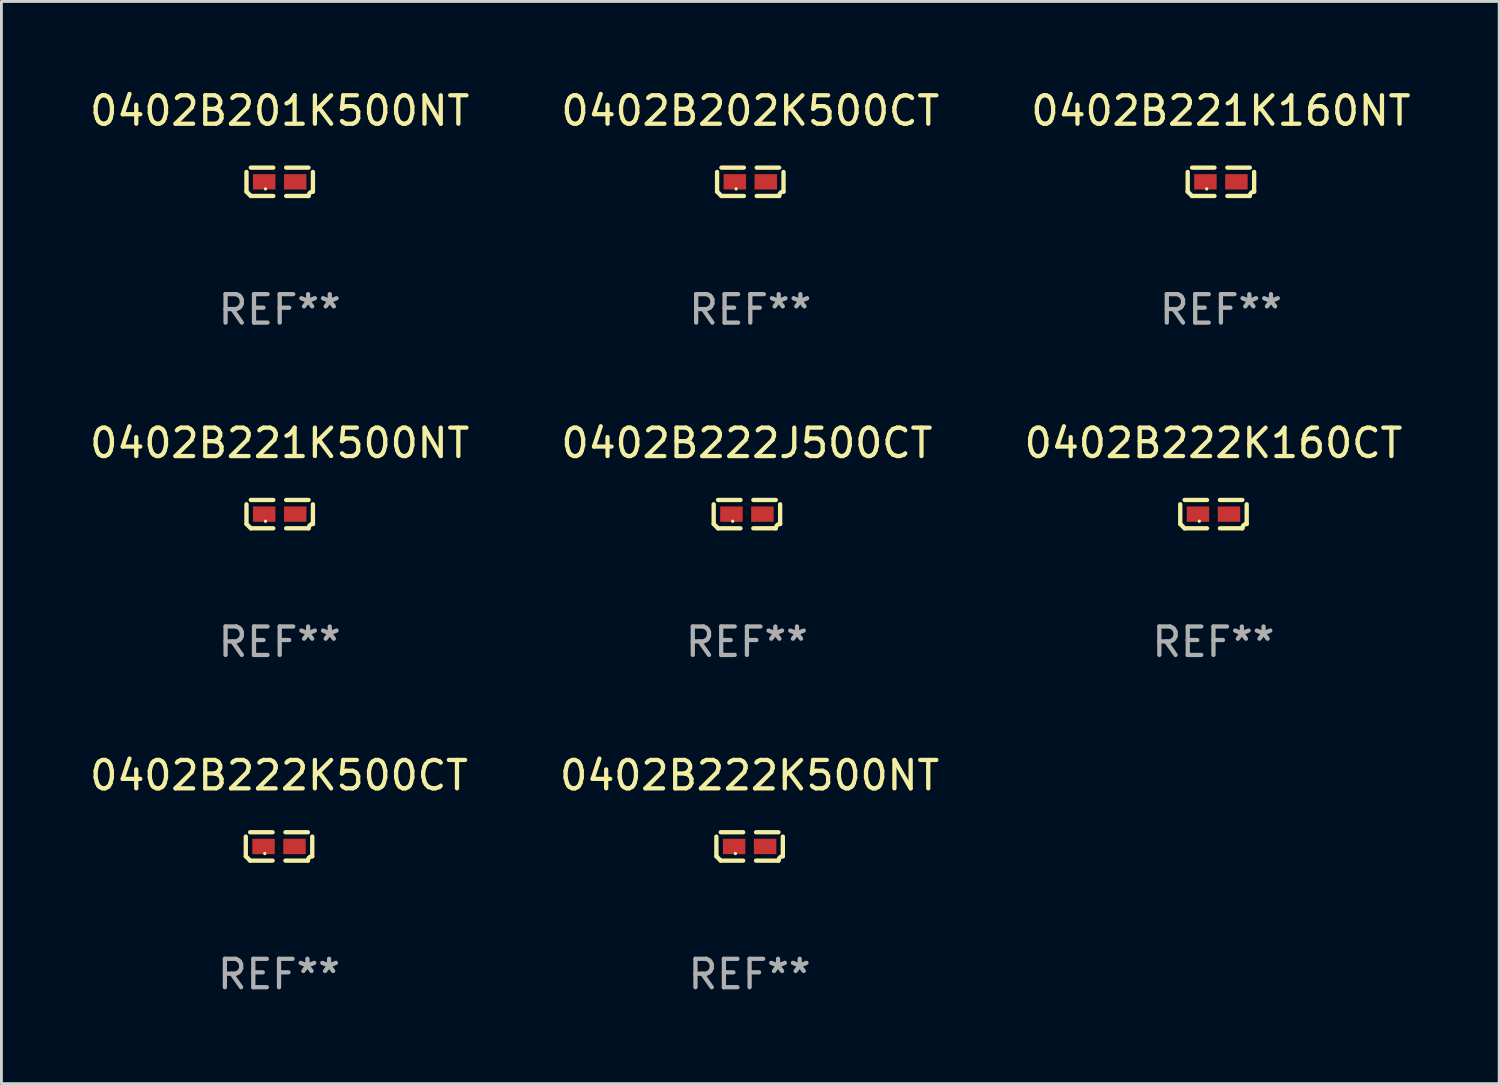
<source format=kicad_pcb>
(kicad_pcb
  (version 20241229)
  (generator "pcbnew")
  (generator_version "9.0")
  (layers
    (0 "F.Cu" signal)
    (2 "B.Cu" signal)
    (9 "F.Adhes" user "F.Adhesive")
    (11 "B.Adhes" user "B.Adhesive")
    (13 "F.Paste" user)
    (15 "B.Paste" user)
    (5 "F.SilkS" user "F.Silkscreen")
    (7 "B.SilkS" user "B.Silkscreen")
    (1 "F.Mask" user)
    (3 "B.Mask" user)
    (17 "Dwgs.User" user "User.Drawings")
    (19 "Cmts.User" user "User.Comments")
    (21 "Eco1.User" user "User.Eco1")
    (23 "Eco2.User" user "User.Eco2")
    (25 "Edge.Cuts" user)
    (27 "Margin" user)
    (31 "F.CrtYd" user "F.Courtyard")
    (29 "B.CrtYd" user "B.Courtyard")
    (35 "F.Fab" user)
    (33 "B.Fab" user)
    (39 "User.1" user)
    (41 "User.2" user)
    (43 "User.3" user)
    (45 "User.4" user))
  (footprint "0402B202K500CT"
    (layer "F.Cu")
    (at 23.351 3.347)
    (property "Reference" "0402B202K500CT" (at 0 -2.499 0) (layer "F.SilkS") (effects (font (size 1 1) (thickness 0.15))))
    (attr through_hole)
    (fp_line (start -1.169 0.346) (end -1.169 -0.346) (stroke (width 0.152) (type solid)) (layer "F.SilkS"))
    (fp_line (start -1.016 -0.499) (end -0.226 -0.499) (stroke (width 0.152) (type solid)) (layer "F.SilkS"))
    (fp_line (start -0.226 0.499) (end -1.016 0.499) (stroke (width 0.152) (type solid)) (layer "F.SilkS"))
    (fp_line (start 0.226 0.499) (end 1.016 0.499) (stroke (width 0.152) (type solid)) (layer "F.SilkS"))
    (fp_line (start 1.016 -0.499) (end 0.226 -0.499) (stroke (width 0.152) (type solid)) (layer "F.SilkS"))
    (fp_line (start 1.169 0.346) (end 1.169 -0.346) (stroke (width 0.152) (type solid)) (layer "F.SilkS"))
    (fp_arc (start -1.016307 0.498603) (mid -1.092512 0.422405) (end -1.16871 0.3462) (stroke (width 0.1524) (type solid)) (layer "F.SilkS"))
    (fp_arc (start 1.016307 0.498603) (mid 1.060899 0.390758) (end 1.168707 0.346076) (stroke (width 0.1524) (type solid)) (layer "F.SilkS"))
    (fp_circle (center -0.5 0.25) (end -0.47 0.25) (stroke (width 0.06) (type solid)) (fill no) (layer "F.SilkS"))
    (fp_text user "REF**" (at 0 4.499 0) (layer "F.Fab") (effects (font (size 1 1) (thickness 0.15))))
    (pad "1" smd rect (at -0.545 0) (size 0.79 0.54) (layers "F.Cu" "F.Mask" "F.Paste"))
    (pad "2" smd rect (at 0.545 0) (size 0.79 0.54) (layers "F.Cu" "F.Mask" "F.Paste")))
  (footprint "0402B222K160CT"
    (layer "F.Cu")
    (at 39.649 15.041)
    (property "Reference" "0402B222K160CT" (at 0 -2.499 0) (layer "F.SilkS") (effects (font (size 1 1) (thickness 0.15))))
    (attr through_hole)
    (fp_line (start -1.169 0.346) (end -1.169 -0.346) (stroke (width 0.152) (type solid)) (layer "F.SilkS"))
    (fp_line (start -1.016 -0.499) (end -0.226 -0.499) (stroke (width 0.152) (type solid)) (layer "F.SilkS"))
    (fp_line (start -0.226 0.499) (end -1.016 0.499) (stroke (width 0.152) (type solid)) (layer "F.SilkS"))
    (fp_line (start 0.226 0.499) (end 1.016 0.499) (stroke (width 0.152) (type solid)) (layer "F.SilkS"))
    (fp_line (start 1.016 -0.499) (end 0.226 -0.499) (stroke (width 0.152) (type solid)) (layer "F.SilkS"))
    (fp_line (start 1.169 0.346) (end 1.169 -0.346) (stroke (width 0.152) (type solid)) (layer "F.SilkS"))
    (fp_arc (start -1.016307 0.498603) (mid -1.092512 0.422405) (end -1.16871 0.3462) (stroke (width 0.1524) (type solid)) (layer "F.SilkS"))
    (fp_arc (start 1.016307 0.498603) (mid 1.060899 0.390758) (end 1.168707 0.346076) (stroke (width 0.1524) (type solid)) (layer "F.SilkS"))
    (fp_circle (center -0.5 0.25) (end -0.47 0.25) (stroke (width 0.06) (type solid)) (fill no) (layer "F.SilkS"))
    (fp_text user "REF**" (at 0 4.499 0) (layer "F.Fab") (effects (font (size 1 1) (thickness 0.15))))
    (pad "1" smd rect (at -0.545 0) (size 0.79 0.54) (layers "F.Cu" "F.Mask" "F.Paste"))
    (pad "2" smd rect (at 0.545 0) (size 0.79 0.54) (layers "F.Cu" "F.Mask" "F.Paste")))
  (footprint "0402B201K500NT"
    (layer "F.Cu")
    (at 6.792 3.347)
    (property "Reference" "0402B201K500NT" (at 0 -2.499 0) (layer "F.SilkS") (effects (font (size 1 1) (thickness 0.15))))
    (attr through_hole)
    (fp_line (start -1.169 0.346) (end -1.169 -0.346) (stroke (width 0.152) (type solid)) (layer "F.SilkS"))
    (fp_line (start -1.016 -0.499) (end -0.226 -0.499) (stroke (width 0.152) (type solid)) (layer "F.SilkS"))
    (fp_line (start -0.226 0.499) (end -1.016 0.499) (stroke (width 0.152) (type solid)) (layer "F.SilkS"))
    (fp_line (start 0.226 0.499) (end 1.016 0.499) (stroke (width 0.152) (type solid)) (layer "F.SilkS"))
    (fp_line (start 1.016 -0.499) (end 0.226 -0.499) (stroke (width 0.152) (type solid)) (layer "F.SilkS"))
    (fp_line (start 1.169 0.346) (end 1.169 -0.346) (stroke (width 0.152) (type solid)) (layer "F.SilkS"))
    (fp_arc (start -1.016307 0.498603) (mid -1.092512 0.422405) (end -1.16871 0.3462) (stroke (width 0.1524) (type solid)) (layer "F.SilkS"))
    (fp_arc (start 1.016307 0.498603) (mid 1.060899 0.390758) (end 1.168707 0.346076) (stroke (width 0.1524) (type solid)) (layer "F.SilkS"))
    (fp_circle (center -0.5 0.25) (end -0.47 0.25) (stroke (width 0.06) (type solid)) (fill no) (layer "F.SilkS"))
    (fp_text user "REF**" (at 0 4.499 0) (layer "F.Fab") (effects (font (size 1 1) (thickness 0.15))))
    (pad "1" smd rect (at -0.545 0) (size 0.79 0.54) (layers "F.Cu" "F.Mask" "F.Paste"))
    (pad "2" smd rect (at 0.545 0) (size 0.79 0.54) (layers "F.Cu" "F.Mask" "F.Paste")))
  (footprint "0402B222J500CT"
    (layer "F.Cu")
    (at 23.232 15.041)
    (property "Reference" "0402B222J500CT" (at 0 -2.499 0) (layer "F.SilkS") (effects (font (size 1 1) (thickness 0.15))))
    (attr through_hole)
    (fp_line (start -1.169 0.346) (end -1.169 -0.346) (stroke (width 0.152) (type solid)) (layer "F.SilkS"))
    (fp_line (start -1.016 -0.499) (end -0.226 -0.499) (stroke (width 0.152) (type solid)) (layer "F.SilkS"))
    (fp_line (start -0.226 0.499) (end -1.016 0.499) (stroke (width 0.152) (type solid)) (layer "F.SilkS"))
    (fp_line (start 0.226 0.499) (end 1.016 0.499) (stroke (width 0.152) (type solid)) (layer "F.SilkS"))
    (fp_line (start 1.016 -0.499) (end 0.226 -0.499) (stroke (width 0.152) (type solid)) (layer "F.SilkS"))
    (fp_line (start 1.169 0.346) (end 1.169 -0.346) (stroke (width 0.152) (type solid)) (layer "F.SilkS"))
    (fp_arc (start -1.016307 0.498603) (mid -1.092512 0.422405) (end -1.16871 0.3462) (stroke (width 0.1524) (type solid)) (layer "F.SilkS"))
    (fp_arc (start 1.016307 0.498603) (mid 1.060899 0.390758) (end 1.168707 0.346076) (stroke (width 0.1524) (type solid)) (layer "F.SilkS"))
    (fp_circle (center -0.5 0.25) (end -0.47 0.25) (stroke (width 0.06) (type solid)) (fill no) (layer "F.SilkS"))
    (fp_text user "REF**" (at 0 4.499 0) (layer "F.Fab") (effects (font (size 1 1) (thickness 0.15))))
    (pad "1" smd rect (at -0.545 0) (size 0.79 0.54) (layers "F.Cu" "F.Mask" "F.Paste"))
    (pad "2" smd rect (at 0.545 0) (size 0.79 0.54) (layers "F.Cu" "F.Mask" "F.Paste")))
  (footprint "0402B221K160NT"
    (layer "F.Cu")
    (at 39.911 3.347)
    (property "Reference" "0402B221K160NT" (at 0 -2.499 0) (layer "F.SilkS") (effects (font (size 1 1) (thickness 0.15))))
    (attr through_hole)
    (fp_line (start -1.169 0.346) (end -1.169 -0.346) (stroke (width 0.152) (type solid)) (layer "F.SilkS"))
    (fp_line (start -1.016 -0.499) (end -0.226 -0.499) (stroke (width 0.152) (type solid)) (layer "F.SilkS"))
    (fp_line (start -0.226 0.499) (end -1.016 0.499) (stroke (width 0.152) (type solid)) (layer "F.SilkS"))
    (fp_line (start 0.226 0.499) (end 1.016 0.499) (stroke (width 0.152) (type solid)) (layer "F.SilkS"))
    (fp_line (start 1.016 -0.499) (end 0.226 -0.499) (stroke (width 0.152) (type solid)) (layer "F.SilkS"))
    (fp_line (start 1.169 0.346) (end 1.169 -0.346) (stroke (width 0.152) (type solid)) (layer "F.SilkS"))
    (fp_arc (start -1.016307 0.498603) (mid -1.092512 0.422405) (end -1.16871 0.3462) (stroke (width 0.1524) (type solid)) (layer "F.SilkS"))
    (fp_arc (start 1.016307 0.498603) (mid 1.060899 0.390758) (end 1.168707 0.346076) (stroke (width 0.1524) (type solid)) (layer "F.SilkS"))
    (fp_circle (center -0.5 0.25) (end -0.47 0.25) (stroke (width 0.06) (type solid)) (fill no) (layer "F.SilkS"))
    (fp_text user "REF**" (at 0 4.499 0) (layer "F.Fab") (effects (font (size 1 1) (thickness 0.15))))
    (pad "1" smd rect (at -0.545 0) (size 0.79 0.54) (layers "F.Cu" "F.Mask" "F.Paste"))
    (pad "2" smd rect (at 0.545 0) (size 0.79 0.54) (layers "F.Cu" "F.Mask" "F.Paste")))
  (footprint "0402B221K500NT"
    (layer "F.Cu")
    (at 6.792 15.041)
    (property "Reference" "0402B221K500NT" (at 0 -2.499 0) (layer "F.SilkS") (effects (font (size 1 1) (thickness 0.15))))
    (attr through_hole)
    (fp_line (start -1.169 0.346) (end -1.169 -0.346) (stroke (width 0.152) (type solid)) (layer "F.SilkS"))
    (fp_line (start -1.016 -0.499) (end -0.226 -0.499) (stroke (width 0.152) (type solid)) (layer "F.SilkS"))
    (fp_line (start -0.226 0.499) (end -1.016 0.499) (stroke (width 0.152) (type solid)) (layer "F.SilkS"))
    (fp_line (start 0.226 0.499) (end 1.016 0.499) (stroke (width 0.152) (type solid)) (layer "F.SilkS"))
    (fp_line (start 1.016 -0.499) (end 0.226 -0.499) (stroke (width 0.152) (type solid)) (layer "F.SilkS"))
    (fp_line (start 1.169 0.346) (end 1.169 -0.346) (stroke (width 0.152) (type solid)) (layer "F.SilkS"))
    (fp_arc (start -1.016307 0.498603) (mid -1.092512 0.422405) (end -1.16871 0.3462) (stroke (width 0.1524) (type solid)) (layer "F.SilkS"))
    (fp_arc (start 1.016307 0.498603) (mid 1.060899 0.390758) (end 1.168707 0.346076) (stroke (width 0.1524) (type solid)) (layer "F.SilkS"))
    (fp_circle (center -0.5 0.25) (end -0.47 0.25) (stroke (width 0.06) (type solid)) (fill no) (layer "F.SilkS"))
    (fp_text user "REF**" (at 0 4.499 0) (layer "F.Fab") (effects (font (size 1 1) (thickness 0.15))))
    (pad "1" smd rect (at -0.545 0) (size 0.79 0.54) (layers "F.Cu" "F.Mask" "F.Paste"))
    (pad "2" smd rect (at 0.545 0) (size 0.79 0.54) (layers "F.Cu" "F.Mask" "F.Paste")))
  (footprint "0402B222K500NT"
    (layer "F.Cu")
    (at 23.327 26.734)
    (property "Reference" "0402B222K500NT" (at 0 -2.499 0) (layer "F.SilkS") (effects (font (size 1 1) (thickness 0.15))))
    (attr through_hole)
    (fp_line (start -1.169 0.346) (end -1.169 -0.346) (stroke (width 0.152) (type solid)) (layer "F.SilkS"))
    (fp_line (start -1.016 -0.499) (end -0.226 -0.499) (stroke (width 0.152) (type solid)) (layer "F.SilkS"))
    (fp_line (start -0.226 0.499) (end -1.016 0.499) (stroke (width 0.152) (type solid)) (layer "F.SilkS"))
    (fp_line (start 0.226 0.499) (end 1.016 0.499) (stroke (width 0.152) (type solid)) (layer "F.SilkS"))
    (fp_line (start 1.016 -0.499) (end 0.226 -0.499) (stroke (width 0.152) (type solid)) (layer "F.SilkS"))
    (fp_line (start 1.169 0.346) (end 1.169 -0.346) (stroke (width 0.152) (type solid)) (layer "F.SilkS"))
    (fp_arc (start -1.016307 0.498603) (mid -1.092512 0.422405) (end -1.16871 0.3462) (stroke (width 0.1524) (type solid)) (layer "F.SilkS"))
    (fp_arc (start 1.016307 0.498603) (mid 1.060899 0.390758) (end 1.168707 0.346076) (stroke (width 0.1524) (type solid)) (layer "F.SilkS"))
    (fp_circle (center -0.5 0.25) (end -0.47 0.25) (stroke (width 0.06) (type solid)) (fill no) (layer "F.SilkS"))
    (fp_text user "REF**" (at 0 4.499 0) (layer "F.Fab") (effects (font (size 1 1) (thickness 0.15))))
    (pad "1" smd rect (at -0.545 0) (size 0.79 0.54) (layers "F.Cu" "F.Mask" "F.Paste"))
    (pad "2" smd rect (at 0.545 0) (size 0.79 0.54) (layers "F.Cu" "F.Mask" "F.Paste")))
  (footprint "0402B222K500CT"
    (layer "F.Cu")
    (at 6.768 26.734)
    (property "Reference" "0402B222K500CT" (at 0 -2.499 0) (layer "F.SilkS") (effects (font (size 1 1) (thickness 0.15))))
    (attr through_hole)
    (fp_line (start -1.169 0.346) (end -1.169 -0.346) (stroke (width 0.152) (type solid)) (layer "F.SilkS"))
    (fp_line (start -1.016 -0.499) (end -0.226 -0.499) (stroke (width 0.152) (type solid)) (layer "F.SilkS"))
    (fp_line (start -0.226 0.499) (end -1.016 0.499) (stroke (width 0.152) (type solid)) (layer "F.SilkS"))
    (fp_line (start 0.226 0.499) (end 1.016 0.499) (stroke (width 0.152) (type solid)) (layer "F.SilkS"))
    (fp_line (start 1.016 -0.499) (end 0.226 -0.499) (stroke (width 0.152) (type solid)) (layer "F.SilkS"))
    (fp_line (start 1.169 0.346) (end 1.169 -0.346) (stroke (width 0.152) (type solid)) (layer "F.SilkS"))
    (fp_arc (start -1.016307 0.498603) (mid -1.092512 0.422405) (end -1.16871 0.3462) (stroke (width 0.1524) (type solid)) (layer "F.SilkS"))
    (fp_arc (start 1.016307 0.498603) (mid 1.060899 0.390758) (end 1.168707 0.346076) (stroke (width 0.1524) (type solid)) (layer "F.SilkS"))
    (fp_circle (center -0.5 0.25) (end -0.47 0.25) (stroke (width 0.06) (type solid)) (fill no) (layer "F.SilkS"))
    (fp_text user "REF**" (at 0 4.499 0) (layer "F.Fab") (effects (font (size 1 1) (thickness 0.15))))
    (pad "1" smd rect (at -0.545 0) (size 0.79 0.54) (layers "F.Cu" "F.Mask" "F.Paste"))
    (pad "2" smd rect (at 0.545 0) (size 0.79 0.54) (layers "F.Cu" "F.Mask" "F.Paste")))
  (gr_rect
    (start -3 -3)
    (end 49.702 35.081)
    (stroke (width 0.1) (type default))
    (fill no)
    (layer "Edge.Cuts")))
</source>
